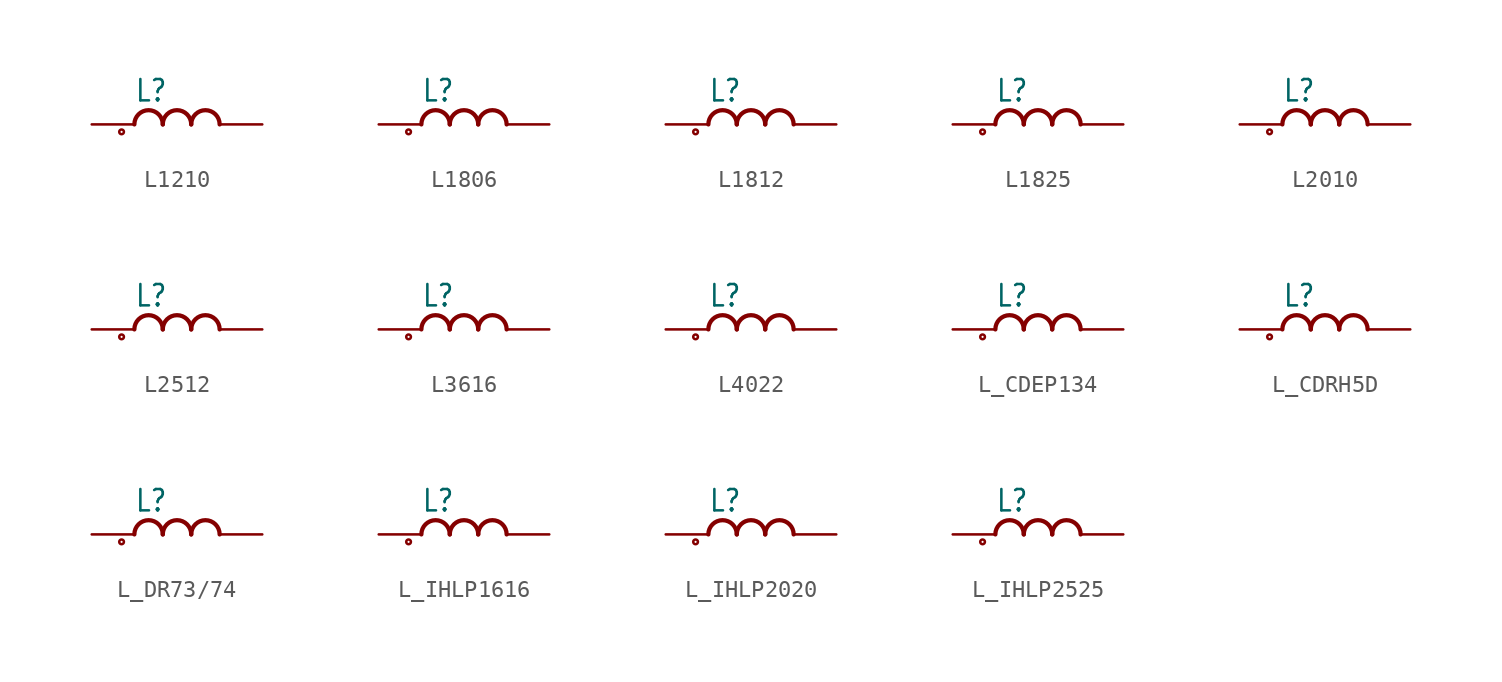
<source format=kicad_sym>
(kicad_symbol_lib
  (version 20220914)
  (generator kicad_symbol_editor)
  (symbol "L1210"
    (property "Reference" "L"
      (at -2.54 1.27 0)
      (effects (font (size 1.27 1.079)) (justify left bottom)))
    (property "Value" ""
      (at -2.54 -1.778 0)
      (effects (font (size 1.27 1.079)) (justify left bottom)))
    (property "ki_locked" ""
      (at 0 0 0)
      (effects (font (size 1.27 1.27))))
    (symbol "L1210_1_0"
      (circle (center -3.302 -0.445) (radius 0.064) (stroke (width 0) (type solid)) (fill (type none)))
      (arc (start -0.8468 0) (mid -1.6934 0.8466) (end -2.54 0) (stroke (width 0.254) (type solid)) (fill (type none)))
      (arc (start 0.8467 0) (mid 0 0.8467) (end -0.8467 0) (stroke (width 0.254) (type solid)) (fill (type none)))
      (arc (start 2.54 0) (mid 1.6934 0.8466) (end 0.8468 0) (stroke (width 0.254) (type solid)) (fill (type none)))
      (pin passive line (at -5.08 0 0) (length 2.54) (name "1" (effects (font (size 0 0)))) (number "1" (effects (font (size 0 0)))))
      (pin passive line (at 5.08 0 180) (length 2.54) (name "2" (effects (font (size 0 0)))) (number "2" (effects (font (size 0 0)))))))
  (symbol "L1806"
    (property "Reference" "L"
      (at -2.54 1.27 0)
      (effects (font (size 1.27 1.079)) (justify left bottom)))
    (property "Value" ""
      (at -2.54 -1.778 0)
      (effects (font (size 1.27 1.079)) (justify left bottom)))
    (property "ki_locked" ""
      (at 0 0 0)
      (effects (font (size 1.27 1.27))))
    (symbol "L1806_1_0"
      (circle (center -3.302 -0.445) (radius 0.064) (stroke (width 0) (type solid)) (fill (type none)))
      (arc (start -0.8468 0) (mid -1.6934 0.8466) (end -2.54 0) (stroke (width 0.254) (type solid)) (fill (type none)))
      (arc (start 0.8467 0) (mid 0 0.8467) (end -0.8467 0) (stroke (width 0.254) (type solid)) (fill (type none)))
      (arc (start 2.54 0) (mid 1.6934 0.8466) (end 0.8468 0) (stroke (width 0.254) (type solid)) (fill (type none)))
      (pin passive line (at -5.08 0 0) (length 2.54) (name "1" (effects (font (size 0 0)))) (number "1" (effects (font (size 0 0)))))
      (pin passive line (at 5.08 0 180) (length 2.54) (name "2" (effects (font (size 0 0)))) (number "2" (effects (font (size 0 0)))))))
  (symbol "L1812"
    (property "Reference" "L"
      (at -2.54 1.27 0)
      (effects (font (size 1.27 1.079)) (justify left bottom)))
    (property "Value" ""
      (at -2.54 -1.778 0)
      (effects (font (size 1.27 1.079)) (justify left bottom)))
    (property "ki_locked" ""
      (at 0 0 0)
      (effects (font (size 1.27 1.27))))
    (symbol "L1812_1_0"
      (circle (center -3.302 -0.445) (radius 0.064) (stroke (width 0) (type solid)) (fill (type none)))
      (arc (start -0.8468 0) (mid -1.6934 0.8466) (end -2.54 0) (stroke (width 0.254) (type solid)) (fill (type none)))
      (arc (start 0.8467 0) (mid 0 0.8467) (end -0.8467 0) (stroke (width 0.254) (type solid)) (fill (type none)))
      (arc (start 2.54 0) (mid 1.6934 0.8466) (end 0.8468 0) (stroke (width 0.254) (type solid)) (fill (type none)))
      (pin passive line (at -5.08 0 0) (length 2.54) (name "1" (effects (font (size 0 0)))) (number "1" (effects (font (size 0 0)))))
      (pin passive line (at 5.08 0 180) (length 2.54) (name "2" (effects (font (size 0 0)))) (number "2" (effects (font (size 0 0)))))))
  (symbol "L1825"
    (property "Reference" "L"
      (at -2.54 1.27 0)
      (effects (font (size 1.27 1.079)) (justify left bottom)))
    (property "Value" ""
      (at -2.54 -1.778 0)
      (effects (font (size 1.27 1.079)) (justify left bottom)))
    (property "ki_locked" ""
      (at 0 0 0)
      (effects (font (size 1.27 1.27))))
    (symbol "L1825_1_0"
      (circle (center -3.302 -0.445) (radius 0.064) (stroke (width 0) (type solid)) (fill (type none)))
      (arc (start -0.8468 0) (mid -1.6934 0.8466) (end -2.54 0) (stroke (width 0.254) (type solid)) (fill (type none)))
      (arc (start 0.8467 0) (mid 0 0.8467) (end -0.8467 0) (stroke (width 0.254) (type solid)) (fill (type none)))
      (arc (start 2.54 0) (mid 1.6934 0.8466) (end 0.8468 0) (stroke (width 0.254) (type solid)) (fill (type none)))
      (pin passive line (at -5.08 0 0) (length 2.54) (name "1" (effects (font (size 0 0)))) (number "1" (effects (font (size 0 0)))))
      (pin passive line (at 5.08 0 180) (length 2.54) (name "2" (effects (font (size 0 0)))) (number "2" (effects (font (size 0 0)))))))
  (symbol "L2010"
    (property "Reference" "L"
      (at -2.54 1.27 0)
      (effects (font (size 1.27 1.079)) (justify left bottom)))
    (property "Value" ""
      (at -2.54 -1.778 0)
      (effects (font (size 1.27 1.079)) (justify left bottom)))
    (property "ki_locked" ""
      (at 0 0 0)
      (effects (font (size 1.27 1.27))))
    (symbol "L2010_1_0"
      (circle (center -3.302 -0.445) (radius 0.064) (stroke (width 0) (type solid)) (fill (type none)))
      (arc (start -0.8468 0) (mid -1.6934 0.8466) (end -2.54 0) (stroke (width 0.254) (type solid)) (fill (type none)))
      (arc (start 0.8467 0) (mid 0 0.8467) (end -0.8467 0) (stroke (width 0.254) (type solid)) (fill (type none)))
      (arc (start 2.54 0) (mid 1.6934 0.8466) (end 0.8468 0) (stroke (width 0.254) (type solid)) (fill (type none)))
      (pin passive line (at -5.08 0 0) (length 2.54) (name "1" (effects (font (size 0 0)))) (number "1" (effects (font (size 0 0)))))
      (pin passive line (at 5.08 0 180) (length 2.54) (name "2" (effects (font (size 0 0)))) (number "2" (effects (font (size 0 0)))))))
  (symbol "L2512"
    (property "Reference" "L"
      (at -2.54 1.27 0)
      (effects (font (size 1.27 1.079)) (justify left bottom)))
    (property "Value" ""
      (at -2.54 -1.778 0)
      (effects (font (size 1.27 1.079)) (justify left bottom)))
    (property "ki_locked" ""
      (at 0 0 0)
      (effects (font (size 1.27 1.27))))
    (symbol "L2512_1_0"
      (circle (center -3.302 -0.445) (radius 0.064) (stroke (width 0) (type solid)) (fill (type none)))
      (arc (start -0.8468 0) (mid -1.6934 0.8466) (end -2.54 0) (stroke (width 0.254) (type solid)) (fill (type none)))
      (arc (start 0.8467 0) (mid 0 0.8467) (end -0.8467 0) (stroke (width 0.254) (type solid)) (fill (type none)))
      (arc (start 2.54 0) (mid 1.6934 0.8466) (end 0.8468 0) (stroke (width 0.254) (type solid)) (fill (type none)))
      (pin passive line (at -5.08 0 0) (length 2.54) (name "1" (effects (font (size 0 0)))) (number "1" (effects (font (size 0 0)))))
      (pin passive line (at 5.08 0 180) (length 2.54) (name "2" (effects (font (size 0 0)))) (number "2" (effects (font (size 0 0)))))))
  (symbol "L3616"
    (property "Reference" "L"
      (at -2.54 1.27 0)
      (effects (font (size 1.27 1.079)) (justify left bottom)))
    (property "Value" ""
      (at -2.54 -1.778 0)
      (effects (font (size 1.27 1.079)) (justify left bottom)))
    (property "ki_locked" ""
      (at 0 0 0)
      (effects (font (size 1.27 1.27))))
    (symbol "L3616_1_0"
      (circle (center -3.302 -0.445) (radius 0.064) (stroke (width 0) (type solid)) (fill (type none)))
      (arc (start -0.8468 0) (mid -1.6934 0.8466) (end -2.54 0) (stroke (width 0.254) (type solid)) (fill (type none)))
      (arc (start 0.8467 0) (mid 0 0.8467) (end -0.8467 0) (stroke (width 0.254) (type solid)) (fill (type none)))
      (arc (start 2.54 0) (mid 1.6934 0.8466) (end 0.8468 0) (stroke (width 0.254) (type solid)) (fill (type none)))
      (pin passive line (at -5.08 0 0) (length 2.54) (name "1" (effects (font (size 0 0)))) (number "1" (effects (font (size 0 0)))))
      (pin passive line (at 5.08 0 180) (length 2.54) (name "2" (effects (font (size 0 0)))) (number "2" (effects (font (size 0 0)))))))
  (symbol "L4022"
    (property "Reference" "L"
      (at -2.54 1.27 0)
      (effects (font (size 1.27 1.079)) (justify left bottom)))
    (property "Value" ""
      (at -2.54 -1.778 0)
      (effects (font (size 1.27 1.079)) (justify left bottom)))
    (property "ki_locked" ""
      (at 0 0 0)
      (effects (font (size 1.27 1.27))))
    (symbol "L4022_1_0"
      (circle (center -3.302 -0.445) (radius 0.064) (stroke (width 0) (type solid)) (fill (type none)))
      (arc (start -0.8468 0) (mid -1.6934 0.8466) (end -2.54 0) (stroke (width 0.254) (type solid)) (fill (type none)))
      (arc (start 0.8467 0) (mid 0 0.8467) (end -0.8467 0) (stroke (width 0.254) (type solid)) (fill (type none)))
      (arc (start 2.54 0) (mid 1.6934 0.8466) (end 0.8468 0) (stroke (width 0.254) (type solid)) (fill (type none)))
      (pin passive line (at -5.08 0 0) (length 2.54) (name "1" (effects (font (size 0 0)))) (number "1" (effects (font (size 0 0)))))
      (pin passive line (at 5.08 0 180) (length 2.54) (name "2" (effects (font (size 0 0)))) (number "2" (effects (font (size 0 0)))))))
  (symbol "L_CDEP134"
    (property "Reference" "L"
      (at -2.54 1.27 0)
      (effects (font (size 1.27 1.079)) (justify left bottom)))
    (property "Value" ""
      (at -2.54 -1.778 0)
      (effects (font (size 1.27 1.079)) (justify left bottom)))
    (property "ki_locked" ""
      (at 0 0 0)
      (effects (font (size 1.27 1.27))))
    (symbol "L_CDEP134_1_0"
      (circle (center -3.302 -0.445) (radius 0.064) (stroke (width 0) (type solid)) (fill (type none)))
      (arc (start -0.8468 0) (mid -1.6934 0.8466) (end -2.54 0) (stroke (width 0.254) (type solid)) (fill (type none)))
      (arc (start 0.8467 0) (mid 0 0.8467) (end -0.8467 0) (stroke (width 0.254) (type solid)) (fill (type none)))
      (arc (start 2.54 0) (mid 1.6934 0.8466) (end 0.8468 0) (stroke (width 0.254) (type solid)) (fill (type none)))
      (pin passive line (at -5.08 0 0) (length 2.54) (name "1" (effects (font (size 0 0)))) (number "1" (effects (font (size 0 0)))))
      (pin passive line (at 5.08 0 180) (length 2.54) (name "2" (effects (font (size 0 0)))) (number "2" (effects (font (size 0 0)))))))
  (symbol "L_CDRH5D"
    (property "Reference" "L"
      (at -2.54 1.27 0)
      (effects (font (size 1.27 1.079)) (justify left bottom)))
    (property "Value" ""
      (at -2.54 -1.778 0)
      (effects (font (size 1.27 1.079)) (justify left bottom)))
    (property "ki_locked" ""
      (at 0 0 0)
      (effects (font (size 1.27 1.27))))
    (symbol "L_CDRH5D_1_0"
      (circle (center -3.302 -0.445) (radius 0.064) (stroke (width 0) (type solid)) (fill (type none)))
      (arc (start -0.8468 0) (mid -1.6934 0.8466) (end -2.54 0) (stroke (width 0.254) (type solid)) (fill (type none)))
      (arc (start 0.8467 0) (mid 0 0.8467) (end -0.8467 0) (stroke (width 0.254) (type solid)) (fill (type none)))
      (arc (start 2.54 0) (mid 1.6934 0.8466) (end 0.8468 0) (stroke (width 0.254) (type solid)) (fill (type none)))
      (pin passive line (at -5.08 0 0) (length 2.54) (name "1" (effects (font (size 0 0)))) (number "1" (effects (font (size 0 0)))))
      (pin passive line (at 5.08 0 180) (length 2.54) (name "2" (effects (font (size 0 0)))) (number "2" (effects (font (size 0 0)))))))
  (symbol "L_DR73/74"
    (property "Reference" "L"
      (at -2.54 1.27 0)
      (effects (font (size 1.27 1.079)) (justify left bottom)))
    (property "Value" ""
      (at -2.54 -1.778 0)
      (effects (font (size 1.27 1.079)) (justify left bottom)))
    (property "ki_locked" ""
      (at 0 0 0)
      (effects (font (size 1.27 1.27))))
    (symbol "L_DR73/74_1_0"
      (circle (center -3.302 -0.445) (radius 0.064) (stroke (width 0) (type solid)) (fill (type none)))
      (arc (start -0.8468 0) (mid -1.6934 0.8466) (end -2.54 0) (stroke (width 0.254) (type solid)) (fill (type none)))
      (arc (start 0.8467 0) (mid 0 0.8467) (end -0.8467 0) (stroke (width 0.254) (type solid)) (fill (type none)))
      (arc (start 2.54 0) (mid 1.6934 0.8466) (end 0.8468 0) (stroke (width 0.254) (type solid)) (fill (type none)))
      (pin passive line (at -5.08 0 0) (length 2.54) (name "1" (effects (font (size 0 0)))) (number "1" (effects (font (size 0 0)))))
      (pin passive line (at 5.08 0 180) (length 2.54) (name "2" (effects (font (size 0 0)))) (number "2" (effects (font (size 0 0)))))))
  (symbol "L_IHLP1616"
    (property "Reference" "L"
      (at -2.54 1.27 0)
      (effects (font (size 1.27 1.079)) (justify left bottom)))
    (property "Value" ""
      (at -2.54 -1.778 0)
      (effects (font (size 1.27 1.079)) (justify left bottom)))
    (property "ki_locked" ""
      (at 0 0 0)
      (effects (font (size 1.27 1.27))))
    (symbol "L_IHLP1616_1_0"
      (circle (center -3.302 -0.445) (radius 0.064) (stroke (width 0) (type solid)) (fill (type none)))
      (arc (start -0.8468 0) (mid -1.6934 0.8466) (end -2.54 0) (stroke (width 0.254) (type solid)) (fill (type none)))
      (arc (start 0.8467 0) (mid 0 0.8467) (end -0.8467 0) (stroke (width 0.254) (type solid)) (fill (type none)))
      (arc (start 2.54 0) (mid 1.6934 0.8466) (end 0.8468 0) (stroke (width 0.254) (type solid)) (fill (type none)))
      (pin passive line (at -5.08 0 0) (length 2.54) (name "1" (effects (font (size 0 0)))) (number "1" (effects (font (size 0 0)))))
      (pin passive line (at 5.08 0 180) (length 2.54) (name "2" (effects (font (size 0 0)))) (number "2" (effects (font (size 0 0)))))))
  (symbol "L_IHLP2020"
    (property "Reference" "L"
      (at -2.54 1.27 0)
      (effects (font (size 1.27 1.079)) (justify left bottom)))
    (property "Value" ""
      (at -2.54 -1.778 0)
      (effects (font (size 1.27 1.079)) (justify left bottom)))
    (property "ki_locked" ""
      (at 0 0 0)
      (effects (font (size 1.27 1.27))))
    (symbol "L_IHLP2020_1_0"
      (circle (center -3.302 -0.445) (radius 0.064) (stroke (width 0) (type solid)) (fill (type none)))
      (arc (start -0.8468 0) (mid -1.6934 0.8466) (end -2.54 0) (stroke (width 0.254) (type solid)) (fill (type none)))
      (arc (start 0.8467 0) (mid 0 0.8467) (end -0.8467 0) (stroke (width 0.254) (type solid)) (fill (type none)))
      (arc (start 2.54 0) (mid 1.6934 0.8466) (end 0.8468 0) (stroke (width 0.254) (type solid)) (fill (type none)))
      (pin passive line (at -5.08 0 0) (length 2.54) (name "1" (effects (font (size 0 0)))) (number "1" (effects (font (size 0 0)))))
      (pin passive line (at 5.08 0 180) (length 2.54) (name "2" (effects (font (size 0 0)))) (number "2" (effects (font (size 0 0)))))))
  (symbol "L_IHLP2525"
    (property "Reference" "L"
      (at -2.54 1.27 0)
      (effects (font (size 1.27 1.079)) (justify left bottom)))
    (property "Value" ""
      (at -2.54 -1.778 0)
      (effects (font (size 1.27 1.079)) (justify left bottom)))
    (property "ki_locked" ""
      (at 0 0 0)
      (effects (font (size 1.27 1.27))))
    (symbol "L_IHLP2525_1_0"
      (circle (center -3.302 -0.445) (radius 0.064) (stroke (width 0) (type solid)) (fill (type none)))
      (arc (start -0.8468 0) (mid -1.6934 0.8466) (end -2.54 0) (stroke (width 0.254) (type solid)) (fill (type none)))
      (arc (start 0.8467 0) (mid 0 0.8467) (end -0.8467 0) (stroke (width 0.254) (type solid)) (fill (type none)))
      (arc (start 2.54 0) (mid 1.6934 0.8466) (end 0.8468 0) (stroke (width 0.254) (type solid)) (fill (type none)))
      (pin passive line (at -5.08 0 0) (length 2.54) (name "1" (effects (font (size 0 0)))) (number "1" (effects (font (size 0 0)))))
      (pin passive line (at 5.08 0 180) (length 2.54) (name "2" (effects (font (size 0 0)))) (number "2" (effects (font (size 0 0))))))))
</source>
